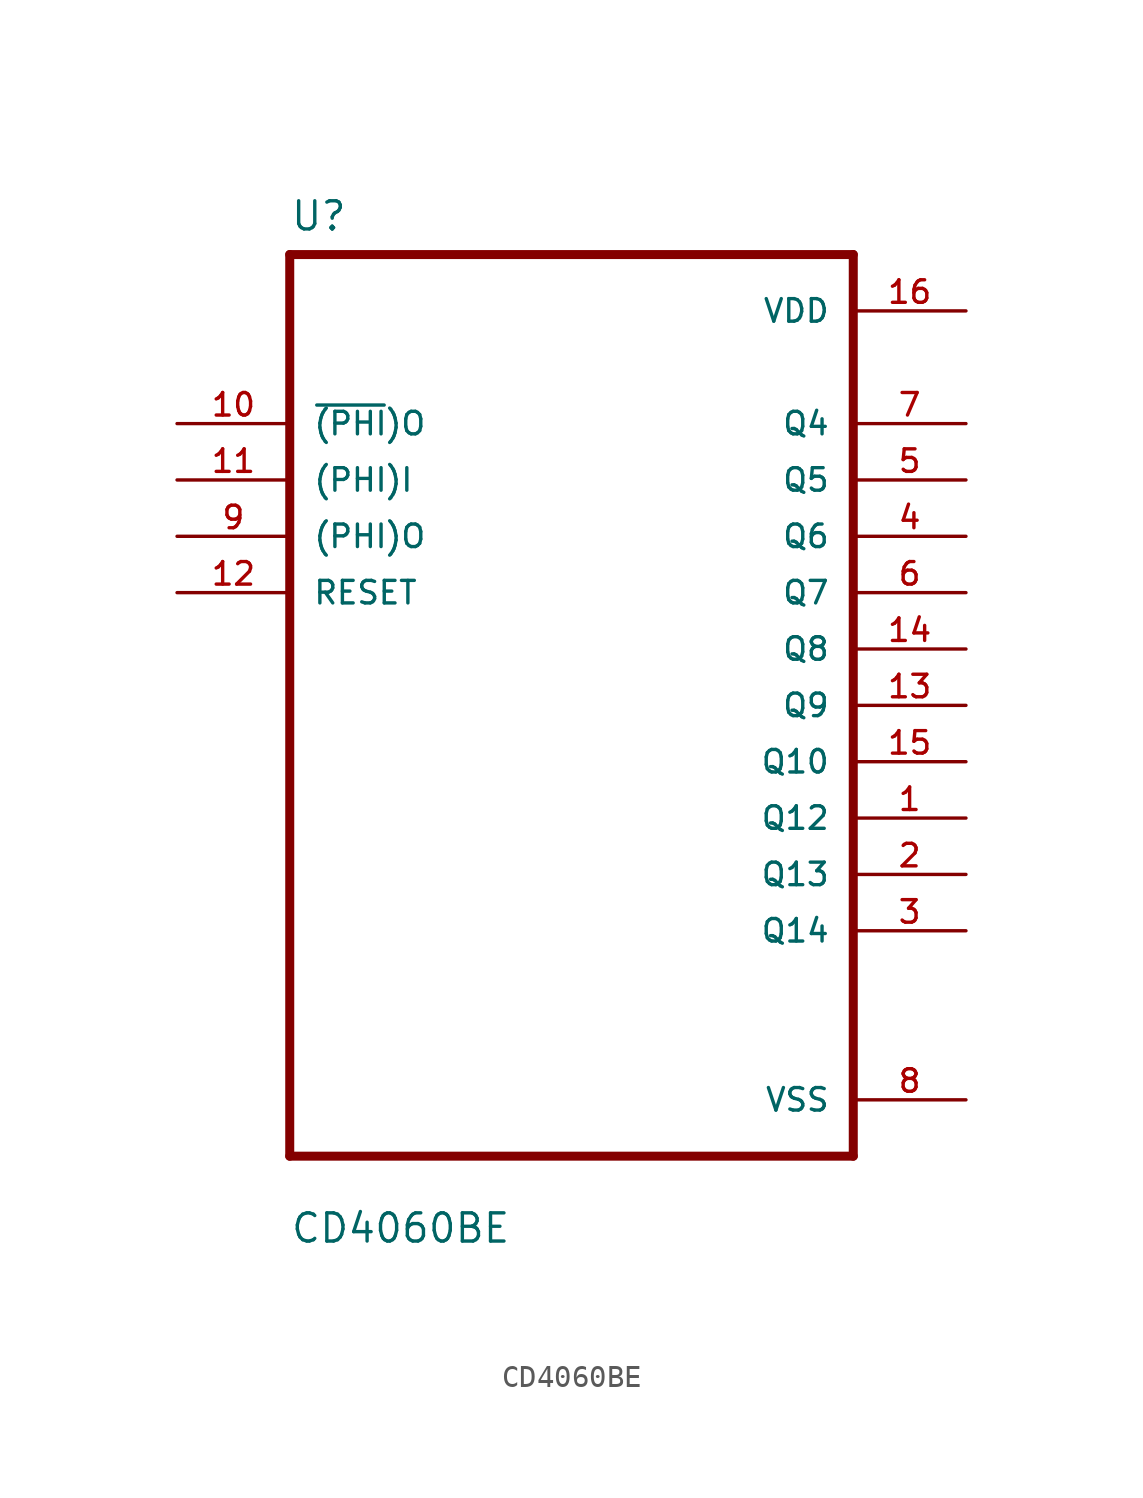
<source format=kicad_sym>
(kicad_symbol_lib
  (version 20220914)
  (generator kicad_symbol_editor)
  (symbol "CD4060BE"
    (pin_names
      (offset 1.016))
    (property "Reference" "U"
      (at -12.7 21.311 0)
      (effects (font (size 1.27 1.27)) (justify left bottom)))
    (property "Value" "CD4060BE"
      (at -12.7 -24.308 0)
      (effects (font (size 1.27 1.27)) (justify left bottom)))
    (property "ki_locked" ""
      (at 0 0 0)
      (effects (font (size 1.27 1.27))))
    (symbol "CD4060BE_0_0"
      (polyline (pts (xy -12.7 -20.32) (xy -12.7 20.32)) (stroke (width 0.406) (type solid)) (fill (type none)))
      (polyline (pts (xy -12.7 20.32) (xy 12.7 20.32)) (stroke (width 0.406) (type solid)) (fill (type none)))
      (polyline (pts (xy 12.7 -20.32) (xy -12.7 -20.32)) (stroke (width 0.406) (type solid)) (fill (type none)))
      (polyline (pts (xy 12.7 20.32) (xy 12.7 -20.32)) (stroke (width 0.406) (type solid)) (fill (type none)))
      (pin output line (at 17.78 -5.08 180) (length 5.08) (name "Q12" (effects (font (size 1.016 1.016)))) (number "1" (effects (font (size 1.016 1.016)))))
      (pin input line (at -17.78 12.7 0) (length 5.08) (name "~{(PHI})O~{}" (effects (font (size 1.016 1.016)))) (number "10" (effects (font (size 1.016 1.016)))))
      (pin input line (at -17.78 10.16 0) (length 5.08) (name "(PHI)I" (effects (font (size 1.016 1.016)))) (number "11" (effects (font (size 1.016 1.016)))))
      (pin input line (at -17.78 5.08 0) (length 5.08) (name "RESET" (effects (font (size 1.016 1.016)))) (number "12" (effects (font (size 1.016 1.016)))))
      (pin output line (at 17.78 0 180) (length 5.08) (name "Q9" (effects (font (size 1.016 1.016)))) (number "13" (effects (font (size 1.016 1.016)))))
      (pin output line (at 17.78 2.54 180) (length 5.08) (name "Q8" (effects (font (size 1.016 1.016)))) (number "14" (effects (font (size 1.016 1.016)))))
      (pin output line (at 17.78 -2.54 180) (length 5.08) (name "Q10" (effects (font (size 1.016 1.016)))) (number "15" (effects (font (size 1.016 1.016)))))
      (pin power_in line (at 17.78 17.78 180) (length 5.08) (name "VDD" (effects (font (size 1.016 1.016)))) (number "16" (effects (font (size 1.016 1.016)))))
      (pin output line (at 17.78 -7.62 180) (length 5.08) (name "Q13" (effects (font (size 1.016 1.016)))) (number "2" (effects (font (size 1.016 1.016)))))
      (pin output line (at 17.78 -10.16 180) (length 5.08) (name "Q14" (effects (font (size 1.016 1.016)))) (number "3" (effects (font (size 1.016 1.016)))))
      (pin output line (at 17.78 7.62 180) (length 5.08) (name "Q6" (effects (font (size 1.016 1.016)))) (number "4" (effects (font (size 1.016 1.016)))))
      (pin output line (at 17.78 10.16 180) (length 5.08) (name "Q5" (effects (font (size 1.016 1.016)))) (number "5" (effects (font (size 1.016 1.016)))))
      (pin output line (at 17.78 5.08 180) (length 5.08) (name "Q7" (effects (font (size 1.016 1.016)))) (number "6" (effects (font (size 1.016 1.016)))))
      (pin output line (at 17.78 12.7 180) (length 5.08) (name "Q4" (effects (font (size 1.016 1.016)))) (number "7" (effects (font (size 1.016 1.016)))))
      (pin power_in line (at 17.78 -17.78 180) (length 5.08) (name "VSS" (effects (font (size 1.016 1.016)))) (number "8" (effects (font (size 1.016 1.016)))))
      (pin input line (at -17.78 7.62 0) (length 5.08) (name "(PHI)O" (effects (font (size 1.016 1.016)))) (number "9" (effects (font (size 1.016 1.016))))))))
</source>
